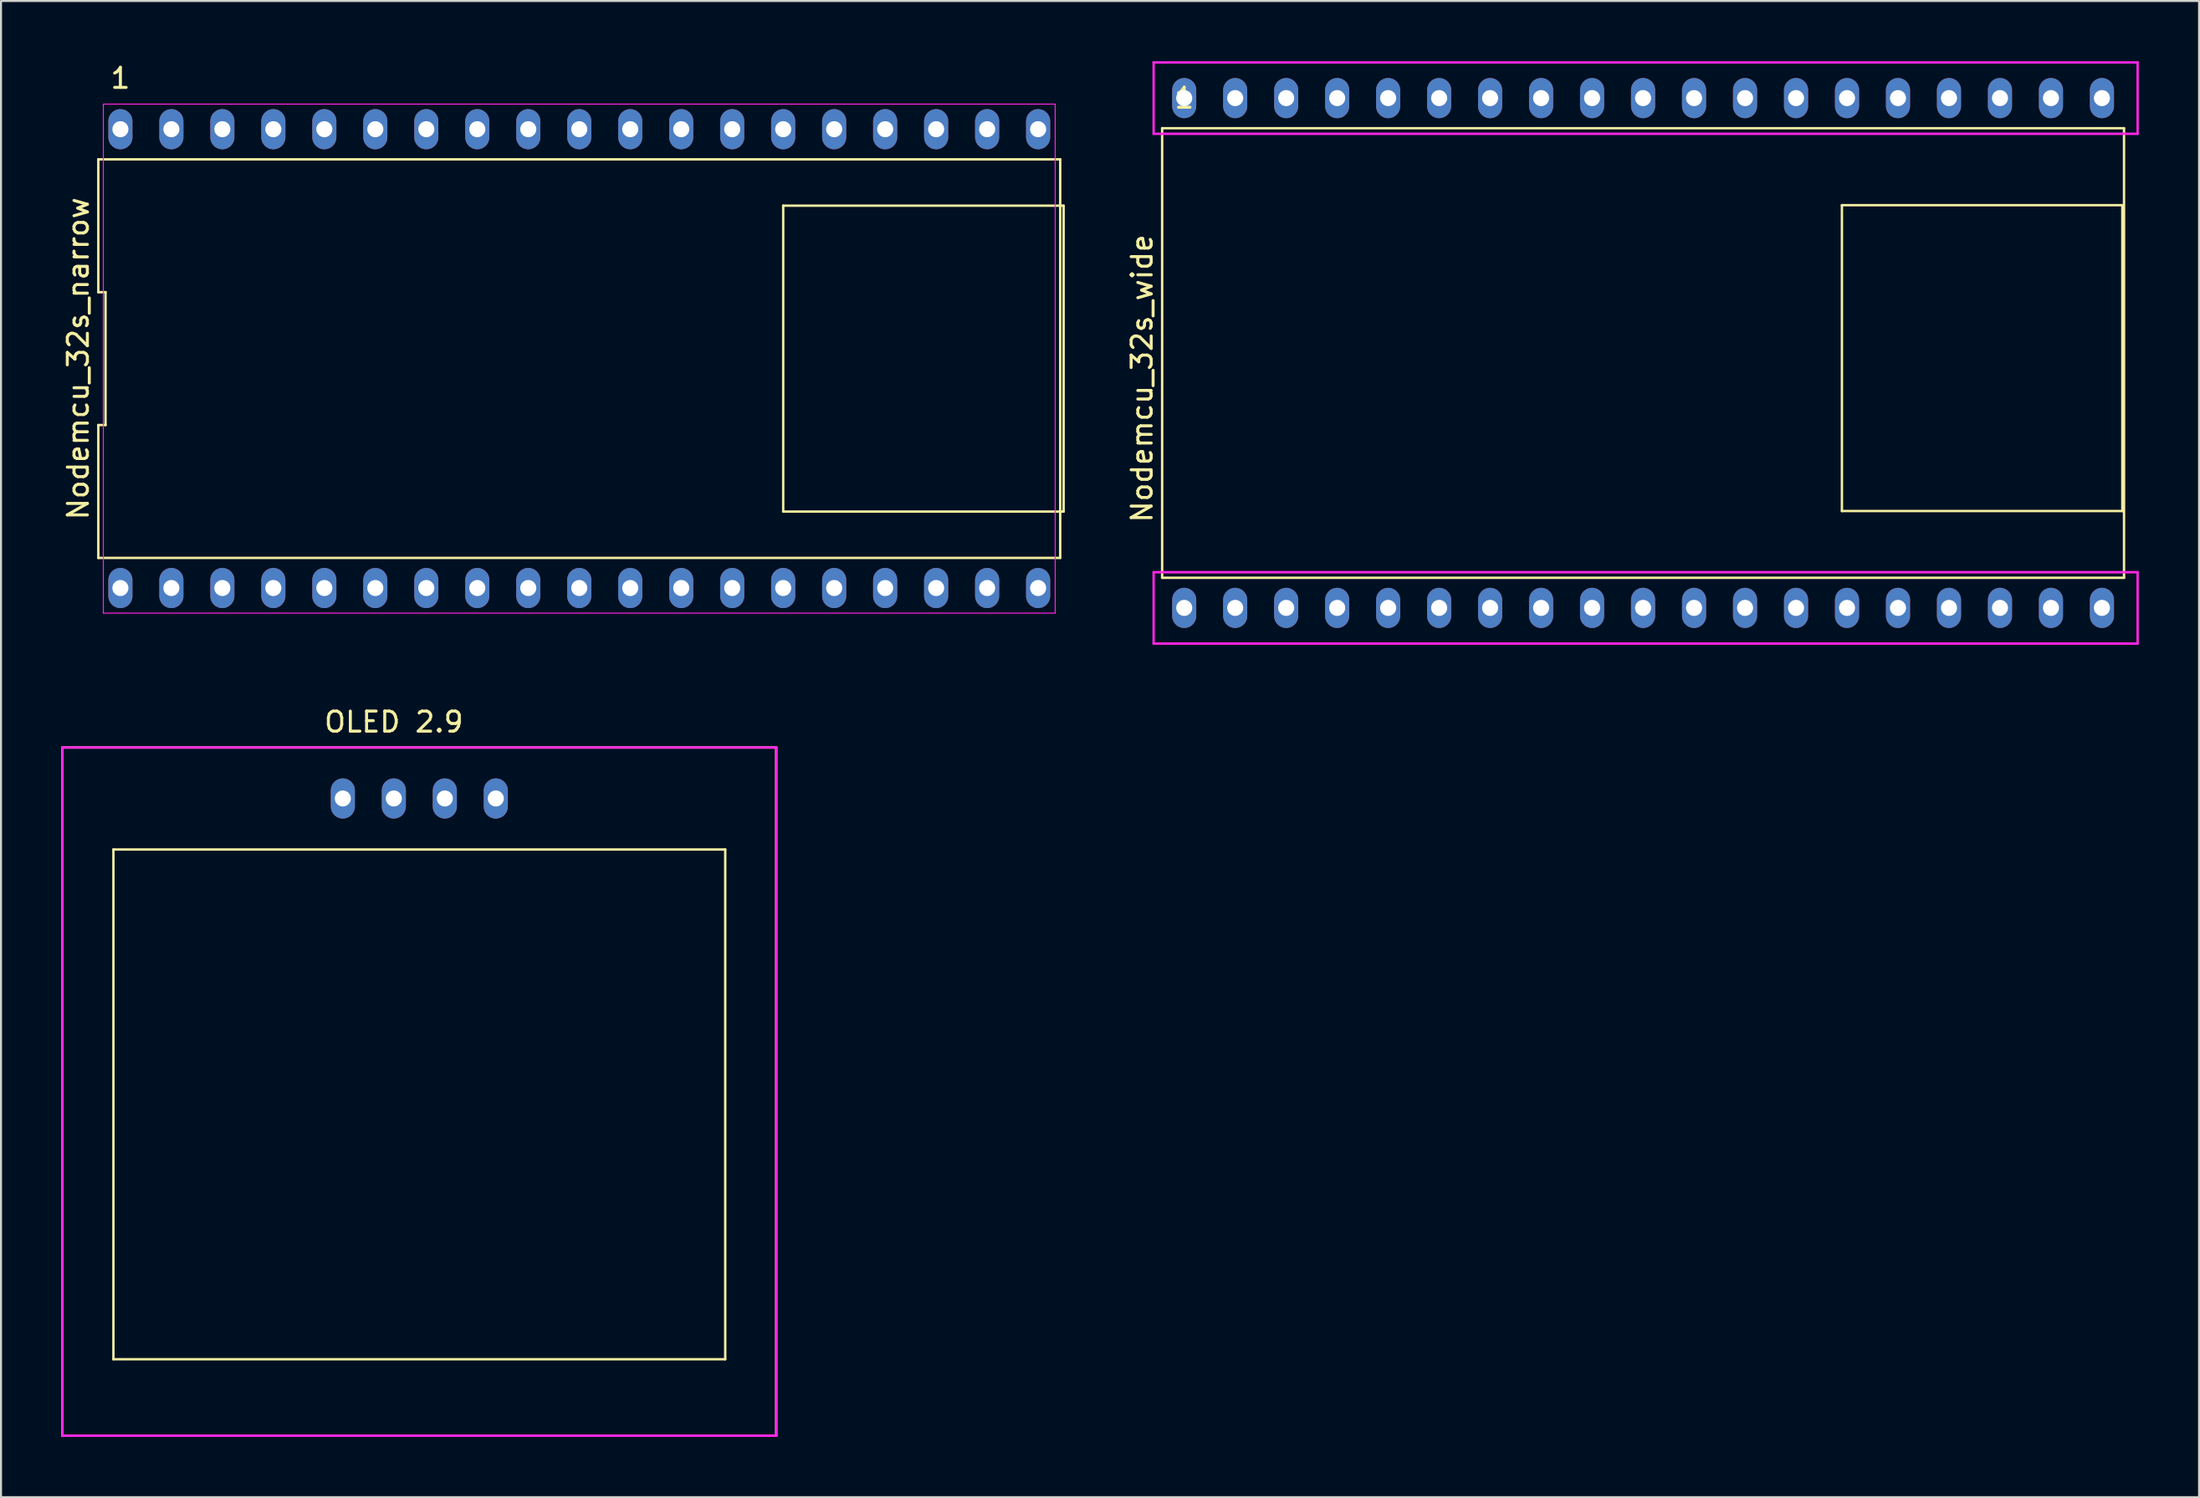
<source format=kicad_pcb>
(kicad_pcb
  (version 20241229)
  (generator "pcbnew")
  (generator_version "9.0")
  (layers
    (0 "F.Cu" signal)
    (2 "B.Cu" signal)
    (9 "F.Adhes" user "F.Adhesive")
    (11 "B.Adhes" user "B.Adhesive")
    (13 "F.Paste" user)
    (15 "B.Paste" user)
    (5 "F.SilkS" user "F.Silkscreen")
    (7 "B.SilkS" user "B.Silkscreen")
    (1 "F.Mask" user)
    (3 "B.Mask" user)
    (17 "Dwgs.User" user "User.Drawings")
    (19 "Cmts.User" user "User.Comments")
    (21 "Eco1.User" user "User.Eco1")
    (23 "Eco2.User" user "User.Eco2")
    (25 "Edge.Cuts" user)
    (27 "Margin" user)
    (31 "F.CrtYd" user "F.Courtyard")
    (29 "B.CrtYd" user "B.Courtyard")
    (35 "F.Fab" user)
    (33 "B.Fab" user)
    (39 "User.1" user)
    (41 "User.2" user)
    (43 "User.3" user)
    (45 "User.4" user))
  (footprint "Nodemcu_32s_wide"
    (layer "F.Cu")
    (at 78.806 15.808)
    (property "Reference" "Nodemcu_32s_wide" (at -24.96 0 90) (layer "F.SilkS") (effects (font (size 1 1) (thickness 0.15))))
    (attr through_hole)
    (fp_line (start -23.96 9.93) (end -23.96 -12.47) (stroke (width 0.12) (type solid)) (layer "F.SilkS"))
    (fp_line (start -23.96 9.93) (end 23.96 9.93) (stroke (width 0.12) (type solid)) (layer "F.SilkS"))
    (fp_line (start 9.906 -8.636) (end 9.906 6.604) (stroke (width 0.12) (type solid)) (layer "F.SilkS"))
    (fp_line (start 9.906 6.604) (end 23.876 6.604) (stroke (width 0.12) (type solid)) (layer "F.SilkS"))
    (fp_line (start 23.876 -8.636) (end 9.906 -8.636) (stroke (width 0.12) (type solid)) (layer "F.SilkS"))
    (fp_line (start 23.876 6.604) (end 23.876 -8.636) (stroke (width 0.12) (type solid)) (layer "F.SilkS"))
    (fp_line (start 23.96 -12.47) (end -23.96 -12.47) (stroke (width 0.12) (type solid)) (layer "F.SilkS"))
    (fp_line (start 23.96 -12.47) (end 23.96 9.93) (stroke (width 0.12) (type solid)) (layer "F.SilkS"))
    (fp_line (start -24.384 -15.748) (end 24.638 -15.748) (stroke (width 0.12) (type solid)) (layer "F.CrtYd"))
    (fp_line (start -24.384 -12.192) (end -24.384 -15.748) (stroke (width 0.12) (type solid)) (layer "F.CrtYd"))
    (fp_line (start -24.384 9.652) (end 24.638 9.652) (stroke (width 0.12) (type solid)) (layer "F.CrtYd"))
    (fp_line (start -24.384 13.208) (end -24.384 9.652) (stroke (width 0.12) (type solid)) (layer "F.CrtYd"))
    (fp_line (start 24.638 -15.748) (end 24.638 -12.192) (stroke (width 0.12) (type solid)) (layer "F.CrtYd"))
    (fp_line (start 24.638 -12.192) (end -24.384 -12.192) (stroke (width 0.12) (type solid)) (layer "F.CrtYd"))
    (fp_line (start 24.638 9.652) (end 24.638 13.208) (stroke (width 0.12) (type solid)) (layer "F.CrtYd"))
    (fp_line (start 24.638 13.208) (end -24.384 13.208) (stroke (width 0.12) (type solid)) (layer "F.CrtYd"))
    (fp_text user "1" (at -22.86 -13.97 180) (layer "F.SilkS") (effects (font (size 1 1) (thickness 0.15))))
    (pad "1" thru_hole oval (at -22.86 -13.97) (size 1.2 2) (drill 0.8) (layers "*.Cu" "*.Mask"))
    (pad "2" thru_hole oval (at -20.32 -13.97) (size 1.2 2) (drill 0.8) (layers "*.Cu" "*.Mask"))
    (pad "3" thru_hole oval (at -17.78 -13.97) (size 1.2 2) (drill 0.8) (layers "*.Cu" "*.Mask"))
    (pad "4" thru_hole oval (at -15.24 -13.97) (size 1.2 2) (drill 0.8) (layers "*.Cu" "*.Mask"))
    (pad "5" thru_hole oval (at -12.7 -13.97) (size 1.2 2) (drill 0.8) (layers "*.Cu" "*.Mask"))
    (pad "6" thru_hole oval (at -10.16 -13.97) (size 1.2 2) (drill 0.8) (layers "*.Cu" "*.Mask"))
    (pad "7" thru_hole oval (at -7.62 -13.97) (size 1.2 2) (drill 0.8) (layers "*.Cu" "*.Mask"))
    (pad "8" thru_hole oval (at -5.08 -13.97) (size 1.2 2) (drill 0.8) (layers "*.Cu" "*.Mask"))
    (pad "9" thru_hole oval (at -2.54 -13.97) (size 1.2 2) (drill 0.8) (layers "*.Cu" "*.Mask"))
    (pad "10" thru_hole oval (at 0 -13.97) (size 1.2 2) (drill 0.8) (layers "*.Cu" "*.Mask"))
    (pad "11" thru_hole oval (at 2.54 -13.97) (size 1.2 2) (drill 0.8) (layers "*.Cu" "*.Mask"))
    (pad "12" thru_hole oval (at 5.08 -13.97) (size 1.2 2) (drill 0.8) (layers "*.Cu" "*.Mask"))
    (pad "13" thru_hole oval (at 7.62 -13.97) (size 1.2 2) (drill 0.8) (layers "*.Cu" "*.Mask"))
    (pad "14" thru_hole oval (at 10.16 -13.97) (size 1.2 2) (drill 0.8) (layers "*.Cu" "*.Mask"))
    (pad "15" thru_hole oval (at 12.7 -13.97) (size 1.2 2) (drill 0.8) (layers "*.Cu" "*.Mask"))
    (pad "16" thru_hole oval (at 15.24 -13.97) (size 1.2 2) (drill 0.8) (layers "*.Cu" "*.Mask"))
    (pad "17" thru_hole oval (at 17.78 -13.97) (size 1.2 2) (drill 0.8) (layers "*.Cu" "*.Mask"))
    (pad "18" thru_hole oval (at 20.32 -13.97) (size 1.2 2) (drill 0.8) (layers "*.Cu" "*.Mask"))
    (pad "19" thru_hole oval (at 22.86 -13.97) (size 1.2 2) (drill 0.8) (layers "*.Cu" "*.Mask"))
    (pad "20" thru_hole oval (at 22.86 11.43) (size 1.2 2) (drill 0.8) (layers "*.Cu" "*.Mask"))
    (pad "21" thru_hole oval (at 20.32 11.43) (size 1.2 2) (drill 0.8) (layers "*.Cu" "*.Mask"))
    (pad "22" thru_hole oval (at 17.78 11.43) (size 1.2 2) (drill 0.8) (layers "*.Cu" "*.Mask"))
    (pad "23" thru_hole oval (at 15.24 11.43) (size 1.2 2) (drill 0.8) (layers "*.Cu" "*.Mask"))
    (pad "24" thru_hole oval (at 12.7 11.43) (size 1.2 2) (drill 0.8) (layers "*.Cu" "*.Mask"))
    (pad "25" thru_hole oval (at 10.16 11.43) (size 1.2 2) (drill 0.8) (layers "*.Cu" "*.Mask"))
    (pad "26" thru_hole oval (at 7.62 11.43) (size 1.2 2) (drill 0.8) (layers "*.Cu" "*.Mask"))
    (pad "27" thru_hole oval (at 5.08 11.43) (size 1.2 2) (drill 0.8) (layers "*.Cu" "*.Mask"))
    (pad "28" thru_hole oval (at 2.54 11.43) (size 1.2 2) (drill 0.8) (layers "*.Cu" "*.Mask"))
    (pad "29" thru_hole oval (at 0 11.43) (size 1.2 2) (drill 0.8) (layers "*.Cu" "*.Mask"))
    (pad "30" thru_hole oval (at -2.54 11.43) (size 1.2 2) (drill 0.8) (layers "*.Cu" "*.Mask"))
    (pad "31" thru_hole oval (at -5.08 11.43) (size 1.2 2) (drill 0.8) (layers "*.Cu" "*.Mask"))
    (pad "32" thru_hole oval (at -7.62 11.43) (size 1.2 2) (drill 0.8) (layers "*.Cu" "*.Mask"))
    (pad "33" thru_hole oval (at -10.16 11.43) (size 1.2 2) (drill 0.8) (layers "*.Cu" "*.Mask"))
    (pad "34" thru_hole oval (at -12.7 11.43) (size 1.2 2) (drill 0.8) (layers "*.Cu" "*.Mask"))
    (pad "35" thru_hole oval (at -15.24 11.43) (size 1.2 2) (drill 0.8) (layers "*.Cu" "*.Mask"))
    (pad "36" thru_hole oval (at -17.78 11.43) (size 1.2 2) (drill 0.8) (layers "*.Cu" "*.Mask"))
    (pad "37" thru_hole oval (at -20.32 11.43) (size 1.2 2) (drill 0.8) (layers "*.Cu" "*.Mask"))
    (pad "38" thru_hole oval (at -22.86 11.43) (size 1.2 2) (drill 0.8) (layers "*.Cu" "*.Mask")))
  (footprint "OLED 2.9"
    (layer "F.Cu")
    (at 17.84 34.194)
    (property "Reference" "OLED 2.9" (at -1.27 -1.27 0) (layer "F.SilkS") (effects (font (size 1 1) (thickness 0.15))))
    (attr through_hole)
    (fp_line (start -17.78 0) (end 17.78 0) (stroke (width 0.12) (type solid)) (layer "F.SilkS"))
    (fp_line (start -17.78 34.29) (end -17.78 0) (stroke (width 0.12) (type solid)) (layer "F.SilkS"))
    (fp_line (start -15.24 5.08) (end 15.24 5.08) (stroke (width 0.12) (type solid)) (layer "F.SilkS"))
    (fp_line (start -15.24 30.48) (end -15.24 5.08) (stroke (width 0.12) (type solid)) (layer "F.SilkS"))
    (fp_line (start 15.24 5.08) (end 15.24 30.48) (stroke (width 0.12) (type solid)) (layer "F.SilkS"))
    (fp_line (start 15.24 30.48) (end -15.24 30.48) (stroke (width 0.12) (type solid)) (layer "F.SilkS"))
    (fp_line (start 17.78 0) (end 17.78 34.29) (stroke (width 0.12) (type solid)) (layer "F.SilkS"))
    (fp_line (start 17.78 34.29) (end -17.78 34.29) (stroke (width 0.12) (type solid)) (layer "F.SilkS"))
    (fp_line (start -17.78 0) (end 17.78 0) (stroke (width 0.12) (type solid)) (layer "F.CrtYd"))
    (fp_line (start -17.78 34.29) (end -17.78 0) (stroke (width 0.12) (type solid)) (layer "F.CrtYd"))
    (fp_line (start 17.78 0) (end 17.78 34.29) (stroke (width 0.12) (type solid)) (layer "F.CrtYd"))
    (fp_line (start 17.78 34.29) (end -17.78 34.29) (stroke (width 0.12) (type solid)) (layer "F.CrtYd"))
    (pad "1" thru_hole oval (at -3.81 2.54) (size 1.2 2) (drill 0.8) (layers "*.Cu" "*.Mask"))
    (pad "2" thru_hole oval (at -1.27 2.54) (size 1.2 2) (drill 0.8) (layers "*.Cu" "*.Mask"))
    (pad "3" thru_hole oval (at 1.27 2.54) (size 1.2 2) (drill 0.8) (layers "*.Cu" "*.Mask"))
    (pad "4" thru_hole oval (at 3.81 2.54) (size 1.2 2) (drill 0.8) (layers "*.Cu" "*.Mask")))
  (footprint "Nodemcu_32s_narrow"
    (layer "F.Cu")
    (at 25.808 14.818)
    (property "Reference" "Nodemcu_32s_narrow" (at -24.96 0 90) (layer "F.SilkS") (effects (font (size 1 1) (thickness 0.15))))
    (attr through_hole)
    (fp_line (start -23.96 -9.93) (end -23.96 -3.31) (stroke (width 0.12) (type solid)) (layer "F.SilkS"))
    (fp_line (start -23.96 -3.31) (end -23.6 -3.31) (stroke (width 0.12) (type solid)) (layer "F.SilkS"))
    (fp_line (start -23.96 3.31) (end -23.96 9.93) (stroke (width 0.12) (type solid)) (layer "F.SilkS"))
    (fp_line (start -23.96 9.93) (end 23.96 9.93) (stroke (width 0.12) (type solid)) (layer "F.SilkS"))
    (fp_line (start -23.6 -3.31) (end -23.6 3.31) (stroke (width 0.12) (type solid)) (layer "F.SilkS"))
    (fp_line (start -23.6 3.31) (end -23.96 3.31) (stroke (width 0.12) (type solid)) (layer "F.SilkS"))
    (fp_line (start 10.16 -7.62) (end 10.16 7.62) (stroke (width 0.12) (type solid)) (layer "F.SilkS"))
    (fp_line (start 10.16 7.62) (end 24.13 7.62) (stroke (width 0.12) (type solid)) (layer "F.SilkS"))
    (fp_line (start 23.96 -9.93) (end -23.96 -9.93) (stroke (width 0.12) (type solid)) (layer "F.SilkS"))
    (fp_line (start 23.96 9.93) (end 23.96 -9.93) (stroke (width 0.12) (type solid)) (layer "F.SilkS"))
    (fp_line (start 24.13 -7.62) (end 10.16 -7.62) (stroke (width 0.12) (type solid)) (layer "F.SilkS"))
    (fp_line (start 24.13 7.62) (end 24.13 -7.62) (stroke (width 0.12) (type solid)) (layer "F.SilkS"))
    (fp_line (start -23.71 -12.68) (end 23.71 -12.68) (stroke (width 0.05) (type solid)) (layer "F.CrtYd"))
    (fp_line (start -23.71 12.68) (end -23.71 -12.68) (stroke (width 0.05) (type solid)) (layer "F.CrtYd"))
    (fp_line (start 23.71 -12.68) (end 23.71 12.68) (stroke (width 0.05) (type solid)) (layer "F.CrtYd"))
    (fp_line (start 23.71 12.68) (end -23.71 12.68) (stroke (width 0.05) (type solid)) (layer "F.CrtYd"))
    (fp_text user "1" (at -22.86 -13.97 180) (layer "F.SilkS") (effects (font (size 1 1) (thickness 0.15))))
    (pad "1" thru_hole oval (at -22.86 -11.43) (size 1.2 2) (drill 0.8) (layers "*.Cu" "*.Mask"))
    (pad "2" thru_hole oval (at -20.32 -11.43) (size 1.2 2) (drill 0.8) (layers "*.Cu" "*.Mask"))
    (pad "3" thru_hole oval (at -17.78 -11.43) (size 1.2 2) (drill 0.8) (layers "*.Cu" "*.Mask"))
    (pad "4" thru_hole oval (at -15.24 -11.43) (size 1.2 2) (drill 0.8) (layers "*.Cu" "*.Mask"))
    (pad "5" thru_hole oval (at -12.7 -11.43) (size 1.2 2) (drill 0.8) (layers "*.Cu" "*.Mask"))
    (pad "6" thru_hole oval (at -10.16 -11.43) (size 1.2 2) (drill 0.8) (layers "*.Cu" "*.Mask"))
    (pad "7" thru_hole oval (at -7.62 -11.43) (size 1.2 2) (drill 0.8) (layers "*.Cu" "*.Mask"))
    (pad "8" thru_hole oval (at -5.08 -11.43) (size 1.2 2) (drill 0.8) (layers "*.Cu" "*.Mask"))
    (pad "9" thru_hole oval (at -2.54 -11.43) (size 1.2 2) (drill 0.8) (layers "*.Cu" "*.Mask"))
    (pad "10" thru_hole oval (at 0 -11.43) (size 1.2 2) (drill 0.8) (layers "*.Cu" "*.Mask"))
    (pad "11" thru_hole oval (at 2.54 -11.43) (size 1.2 2) (drill 0.8) (layers "*.Cu" "*.Mask"))
    (pad "12" thru_hole oval (at 5.08 -11.43) (size 1.2 2) (drill 0.8) (layers "*.Cu" "*.Mask"))
    (pad "13" thru_hole oval (at 7.62 -11.43) (size 1.2 2) (drill 0.8) (layers "*.Cu" "*.Mask"))
    (pad "14" thru_hole oval (at 10.16 -11.43) (size 1.2 2) (drill 0.8) (layers "*.Cu" "*.Mask"))
    (pad "15" thru_hole oval (at 12.7 -11.43) (size 1.2 2) (drill 0.8) (layers "*.Cu" "*.Mask"))
    (pad "16" thru_hole oval (at 15.24 -11.43) (size 1.2 2) (drill 0.8) (layers "*.Cu" "*.Mask"))
    (pad "17" thru_hole oval (at 17.78 -11.43) (size 1.2 2) (drill 0.8) (layers "*.Cu" "*.Mask"))
    (pad "18" thru_hole oval (at 20.32 -11.43) (size 1.2 2) (drill 0.8) (layers "*.Cu" "*.Mask"))
    (pad "19" thru_hole oval (at 22.86 -11.43) (size 1.2 2) (drill 0.8) (layers "*.Cu" "*.Mask"))
    (pad "20" thru_hole oval (at 22.86 11.43) (size 1.2 2) (drill 0.8) (layers "*.Cu" "*.Mask"))
    (pad "21" thru_hole oval (at 20.32 11.43) (size 1.2 2) (drill 0.8) (layers "*.Cu" "*.Mask"))
    (pad "22" thru_hole oval (at 17.78 11.43) (size 1.2 2) (drill 0.8) (layers "*.Cu" "*.Mask"))
    (pad "23" thru_hole oval (at 15.24 11.43) (size 1.2 2) (drill 0.8) (layers "*.Cu" "*.Mask"))
    (pad "24" thru_hole oval (at 12.7 11.43) (size 1.2 2) (drill 0.8) (layers "*.Cu" "*.Mask"))
    (pad "25" thru_hole oval (at 10.16 11.43) (size 1.2 2) (drill 0.8) (layers "*.Cu" "*.Mask"))
    (pad "26" thru_hole oval (at 7.62 11.43) (size 1.2 2) (drill 0.8) (layers "*.Cu" "*.Mask"))
    (pad "27" thru_hole oval (at 5.08 11.43) (size 1.2 2) (drill 0.8) (layers "*.Cu" "*.Mask"))
    (pad "28" thru_hole oval (at 2.54 11.43) (size 1.2 2) (drill 0.8) (layers "*.Cu" "*.Mask"))
    (pad "29" thru_hole oval (at 0 11.43) (size 1.2 2) (drill 0.8) (layers "*.Cu" "*.Mask"))
    (pad "30" thru_hole oval (at -2.54 11.43) (size 1.2 2) (drill 0.8) (layers "*.Cu" "*.Mask"))
    (pad "31" thru_hole oval (at -5.08 11.43) (size 1.2 2) (drill 0.8) (layers "*.Cu" "*.Mask"))
    (pad "32" thru_hole oval (at -7.62 11.43) (size 1.2 2) (drill 0.8) (layers "*.Cu" "*.Mask"))
    (pad "33" thru_hole oval (at -10.16 11.43) (size 1.2 2) (drill 0.8) (layers "*.Cu" "*.Mask"))
    (pad "34" thru_hole oval (at -12.7 11.43) (size 1.2 2) (drill 0.8) (layers "*.Cu" "*.Mask"))
    (pad "35" thru_hole oval (at -15.24 11.43) (size 1.2 2) (drill 0.8) (layers "*.Cu" "*.Mask"))
    (pad "36" thru_hole oval (at -17.78 11.43) (size 1.2 2) (drill 0.8) (layers "*.Cu" "*.Mask"))
    (pad "37" thru_hole oval (at -20.32 11.43) (size 1.2 2) (drill 0.8) (layers "*.Cu" "*.Mask"))
    (pad "38" thru_hole oval (at -22.86 11.43) (size 1.2 2) (drill 0.8) (layers "*.Cu" "*.Mask")))
  (gr_rect
    (start -3 -3)
    (end 106.504 71.544)
    (stroke (width 0.1) (type default))
    (fill no)
    (layer "Edge.Cuts")))
</source>
